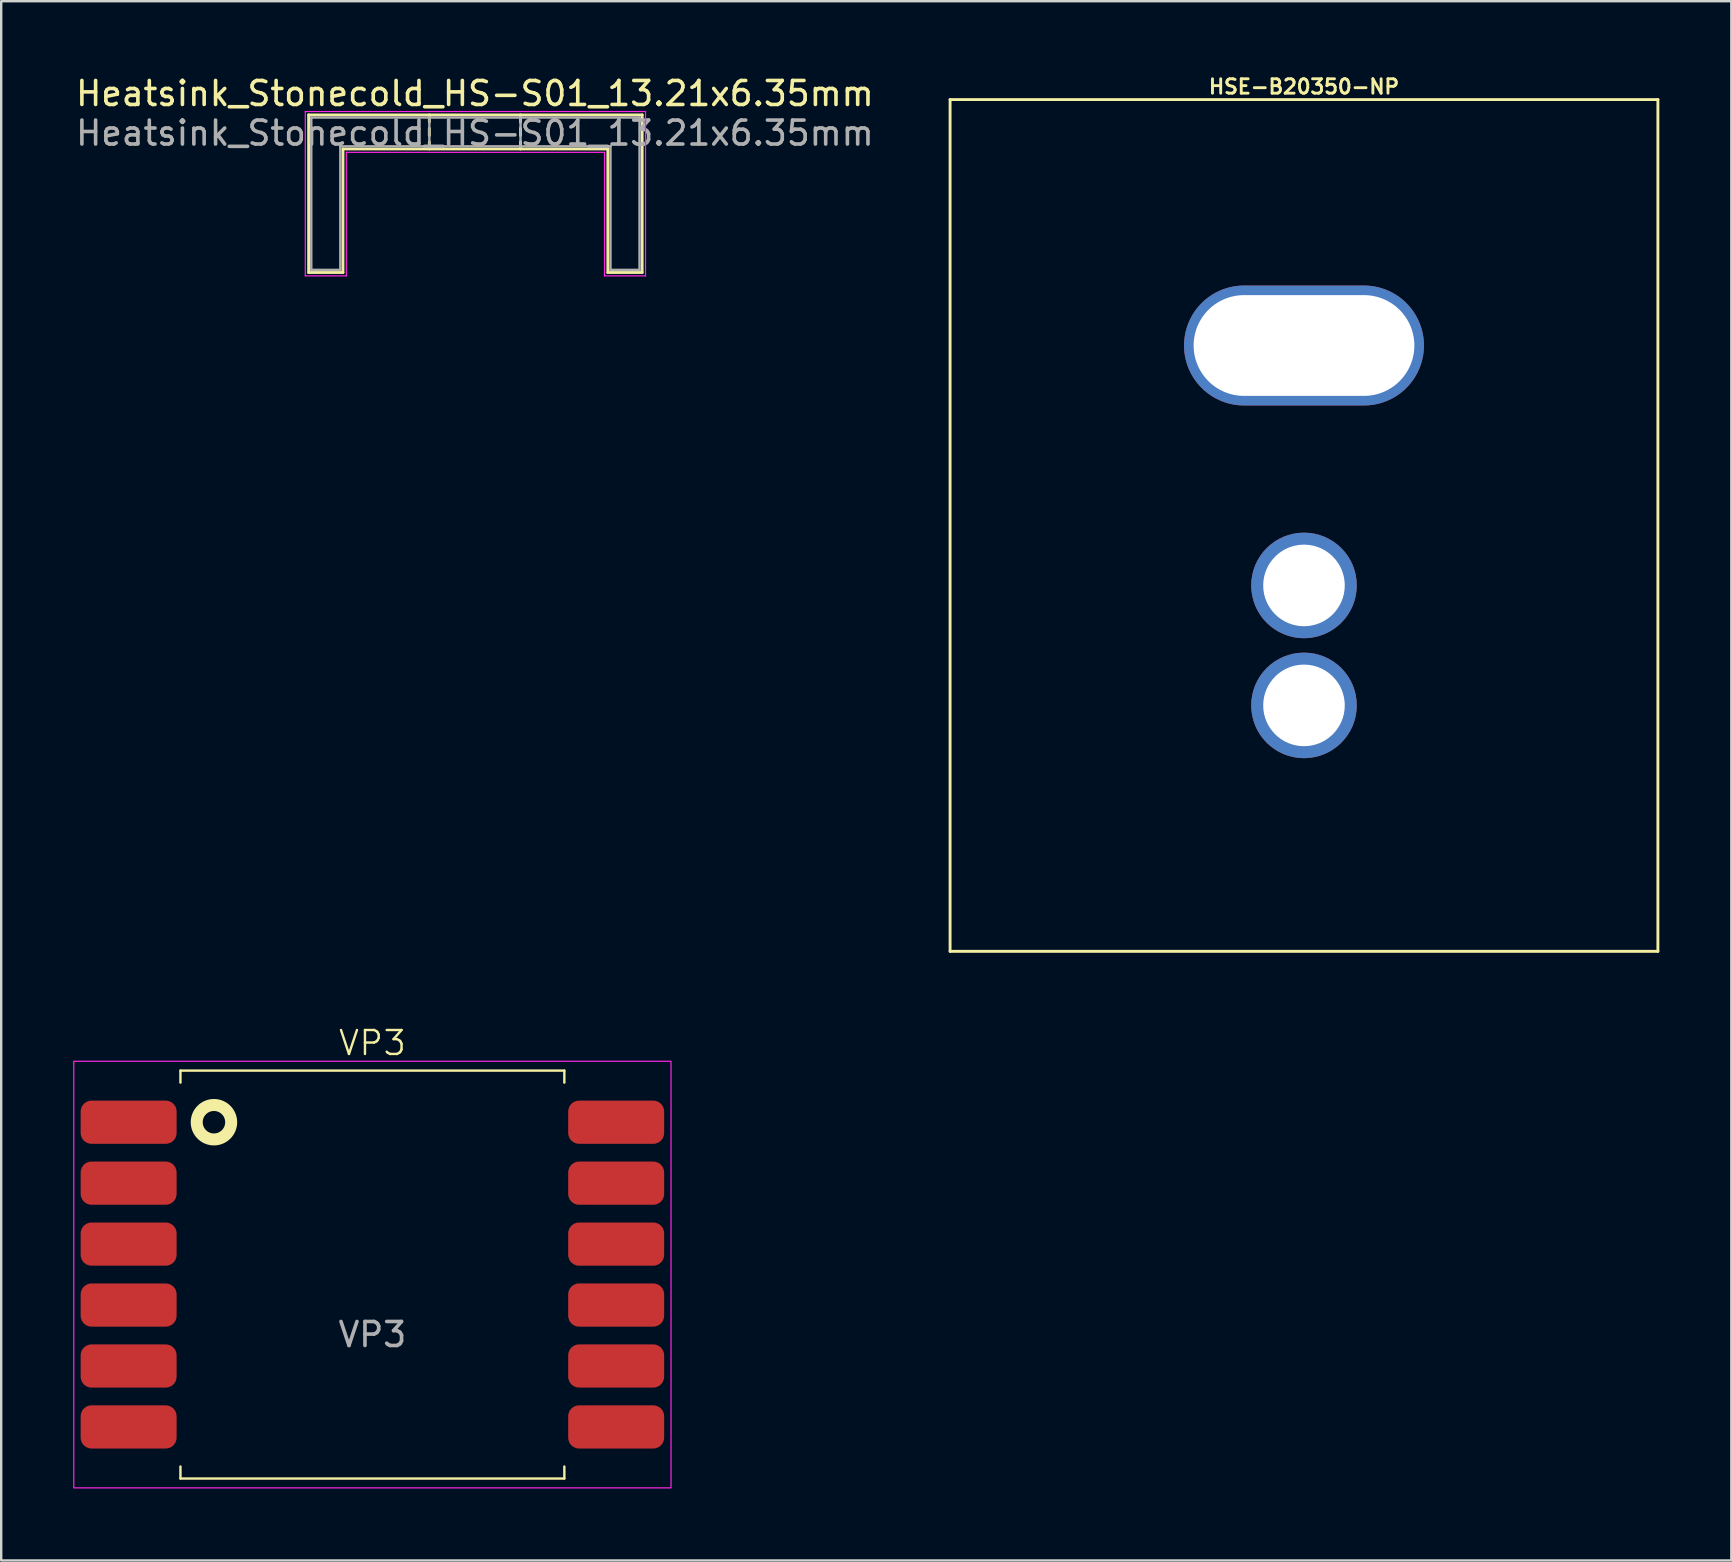
<source format=kicad_pcb>
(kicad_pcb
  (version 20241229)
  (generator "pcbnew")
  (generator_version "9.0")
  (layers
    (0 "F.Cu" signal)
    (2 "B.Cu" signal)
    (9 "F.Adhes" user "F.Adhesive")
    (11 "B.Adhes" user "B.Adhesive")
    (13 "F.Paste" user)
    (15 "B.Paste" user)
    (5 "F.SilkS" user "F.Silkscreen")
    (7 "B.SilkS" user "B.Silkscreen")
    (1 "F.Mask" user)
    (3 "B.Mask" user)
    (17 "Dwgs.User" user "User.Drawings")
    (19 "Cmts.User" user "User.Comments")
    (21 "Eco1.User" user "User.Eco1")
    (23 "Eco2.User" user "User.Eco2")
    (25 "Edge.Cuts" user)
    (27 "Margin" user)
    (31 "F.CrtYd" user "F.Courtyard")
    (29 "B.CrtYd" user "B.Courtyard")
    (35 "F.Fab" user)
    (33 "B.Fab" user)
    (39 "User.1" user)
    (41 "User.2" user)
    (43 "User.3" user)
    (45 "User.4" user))
  (footprint "VP3"
    (layer "F.Cu")
    (at 12.471 50.072)
    (property "Reference" "VP3" (at 0 -9.652 0) (unlocked yes) (layer "F.SilkS") (effects (font (size 1 1) (thickness 0.1))))
    (attr smd)
    (fp_line (start -8 -8.5) (end 8 -8.5) (stroke (width 0.1) (type default)) (layer "F.SilkS"))
    (fp_line (start -8 -8) (end -8 -8.5) (stroke (width 0.1) (type default)) (layer "F.SilkS"))
    (fp_line (start -8 8) (end -8 8.5) (stroke (width 0.1) (type default)) (layer "F.SilkS"))
    (fp_line (start -8 8.5) (end 8 8.5) (stroke (width 0.1) (type default)) (layer "F.SilkS"))
    (fp_line (start 8 -8.5) (end 8 -8) (stroke (width 0.1) (type default)) (layer "F.SilkS"))
    (fp_line (start 8 8.5) (end 8 8) (stroke (width 0.1) (type default)) (layer "F.SilkS"))
    (fp_circle (center -6.604 -6.35) (end -5.886 -6.35) (stroke (width 0.5) (type default)) (fill no) (layer "F.SilkS"))
    (fp_rect (start -12.446 -8.89) (end 12.446 8.89) (stroke (width 0.05) (type default)) (fill no) (layer "F.CrtYd"))
    (fp_text user "${REFERENCE}" (at 0 2.5 0) (unlocked yes) (layer "F.Fab") (effects (font (size 1 1) (thickness 0.15))))
    (pad "1" smd roundrect (at -10.16 -6.35) (size 4 1.8) (layers "F.Cu" "F.Mask" "F.Paste") (roundrect_rratio 0.25))
    (pad "2" smd roundrect (at -10.16 -3.81) (size 4 1.8) (layers "F.Cu" "F.Mask" "F.Paste") (roundrect_rratio 0.25))
    (pad "3" smd roundrect (at -10.16 -1.27) (size 4 1.8) (layers "F.Cu" "F.Mask" "F.Paste") (roundrect_rratio 0.25))
    (pad "4" smd roundrect (at -10.16 1.27) (size 4 1.8) (layers "F.Cu" "F.Mask" "F.Paste") (roundrect_rratio 0.25))
    (pad "5" smd roundrect (at -10.16 3.81) (size 4 1.8) (layers "F.Cu" "F.Mask" "F.Paste") (roundrect_rratio 0.25))
    (pad "6" smd roundrect (at -10.16 6.35) (size 4 1.8) (layers "F.Cu" "F.Mask" "F.Paste") (roundrect_rratio 0.25))
    (pad "7" smd roundrect (at 10.16 6.35) (size 4 1.8) (layers "F.Cu" "F.Mask" "F.Paste") (roundrect_rratio 0.25))
    (pad "8" smd roundrect (at 10.16 3.81) (size 4 1.8) (layers "F.Cu" "F.Mask" "F.Paste") (roundrect_rratio 0.25))
    (pad "9" smd roundrect (at 10.16 1.27) (size 4 1.8) (layers "F.Cu" "F.Mask" "F.Paste") (roundrect_rratio 0.25))
    (pad "10" smd roundrect (at 10.16 -1.27) (size 4 1.8) (layers "F.Cu" "F.Mask" "F.Paste") (roundrect_rratio 0.25))
    (pad "11" smd roundrect (at 10.16 -3.81) (size 4 1.8) (layers "F.Cu" "F.Mask" "F.Paste") (roundrect_rratio 0.25))
    (pad "12" smd roundrect (at 10.16 -6.35) (size 4 1.8) (layers "F.Cu" "F.Mask" "F.Paste") (roundrect_rratio 0.25)))
  (footprint "HSE-B20350-NP"
    (layer "F.Cu")
    (at 51.298 18.85)
    (property "Reference" "HSE-B20350-NP" (at 0 -18.288 0) (layer "F.SilkS") (effects (font (size 0.6 0.6) (thickness 0.12))))
    (attr through_hole)
    (fp_line (start -14.75 -17.75) (end -14.75 17.75) (stroke (width 0.12) (type solid)) (layer "F.SilkS"))
    (fp_line (start -14.75 17.75) (end 14.75 17.75) (stroke (width 0.12) (type solid)) (layer "F.SilkS"))
    (fp_line (start 14.75 -17.75) (end -14.75 -17.75) (stroke (width 0.12) (type solid)) (layer "F.SilkS"))
    (fp_line (start 14.75 17.75) (end 14.75 -17.75) (stroke (width 0.12) (type solid)) (layer "F.SilkS"))
    (pad "1" thru_hole oval (at 0 -7.5) (size 10 5) (drill oval 9.2 4.2) (layers "*.Cu" "*.Mask"))
    (pad "1" thru_hole circle (at 0 2.5) (size 4.4 4.4) (drill 3.4) (layers "*.Cu" "*.Mask"))
    (pad "1" thru_hole circle (at 0 7.5) (size 4.4 4.4) (drill 3.4) (layers "*.Cu" "*.Mask")))
  (footprint "Heatsink_Stonecold_HS-S01_13.21x6.35mm"
    (layer "F.Cu")
    (at 16.744 1.848)
    (property "Reference" "Heatsink_Stonecold_HS-S01_13.21x6.35mm" (at 0 -1 0) (layer "F.SilkS") (effects (font (size 1 1) (thickness 0.15))))
    (fp_line (start -6.93 -0.11) (end -6.93 6.46) (stroke (width 0.12) (type solid)) (layer "F.SilkS"))
    (fp_line (start -6.93 -0.11) (end 6.97 -0.11) (stroke (width 0.12) (type solid)) (layer "F.SilkS"))
    (fp_line (start -6.93 6.46) (end -5.5 6.46) (stroke (width 0.12) (type solid)) (layer "F.SilkS"))
    (fp_line (start -5.5 1.31) (end 5.54 1.31) (stroke (width 0.12) (type solid)) (layer "F.SilkS"))
    (fp_line (start -5.5 6.46) (end -5.5 1.31) (stroke (width 0.12) (type solid)) (layer "F.SilkS"))
    (fp_line (start -1.9 -0.11) (end -1.9 0.19) (stroke (width 0.12) (type solid)) (layer "F.SilkS"))
    (fp_line (start -1.9 0.45) (end -1.9 0.75) (stroke (width 0.12) (type solid)) (layer "F.SilkS"))
    (fp_line (start -1.9 1.01) (end -1.9 1.31) (stroke (width 0.12) (type solid)) (layer "F.SilkS"))
    (fp_line (start 1.9 -0.11) (end 1.9 0.19) (stroke (width 0.12) (type solid)) (layer "F.SilkS"))
    (fp_line (start 1.9 0.45) (end 1.9 0.75) (stroke (width 0.12) (type solid)) (layer "F.SilkS"))
    (fp_line (start 1.9 1.01) (end 1.9 1.31) (stroke (width 0.12) (type solid)) (layer "F.SilkS"))
    (fp_line (start 5.54 1.31) (end 5.54 6.46) (stroke (width 0.12) (type solid)) (layer "F.SilkS"))
    (fp_line (start 5.54 6.46) (end 6.97 6.46) (stroke (width 0.12) (type solid)) (layer "F.SilkS"))
    (fp_line (start 6.97 -0.11) (end 6.97 6.46) (stroke (width 0.12) (type solid)) (layer "F.SilkS"))
    (fp_line (start -7.07 -0.25) (end -7.07 6.6) (stroke (width 0.05) (type solid)) (layer "F.CrtYd"))
    (fp_line (start -7.07 -0.25) (end 7.11 -0.25) (stroke (width 0.05) (type solid)) (layer "F.CrtYd"))
    (fp_line (start -7.07 6.6) (end -5.36 6.6) (stroke (width 0.05) (type solid)) (layer "F.CrtYd"))
    (fp_line (start -5.36 1.45) (end -5.36 6.6) (stroke (width 0.05) (type solid)) (layer "F.CrtYd"))
    (fp_line (start -5.36 1.45) (end 5.4 1.45) (stroke (width 0.05) (type solid)) (layer "F.CrtYd"))
    (fp_line (start 5.4 1.45) (end 5.4 6.6) (stroke (width 0.05) (type solid)) (layer "F.CrtYd"))
    (fp_line (start 5.4 6.6) (end 7.11 6.6) (stroke (width 0.05) (type solid)) (layer "F.CrtYd"))
    (fp_line (start 7.11 -0.25) (end 7.11 6.6) (stroke (width 0.05) (type solid)) (layer "F.CrtYd"))
    (fp_line (start -6.82 0) (end -6.82 6.35) (stroke (width 0.1) (type solid)) (layer "F.Fab"))
    (fp_line (start -6.82 0) (end 6.86 0) (stroke (width 0.1) (type solid)) (layer "F.Fab"))
    (fp_line (start -6.82 6.35) (end -5.61 6.35) (stroke (width 0.1) (type solid)) (layer "F.Fab"))
    (fp_line (start -5.61 1.2) (end -5.61 6.35) (stroke (width 0.1) (type solid)) (layer "F.Fab"))
    (fp_line (start -5.61 1.2) (end 5.65 1.2) (stroke (width 0.1) (type solid)) (layer "F.Fab"))
    (fp_line (start -1.9 1.2) (end -1.9 0) (stroke (width 0.1) (type solid)) (layer "F.Fab"))
    (fp_line (start 1.9 1.2) (end 1.9 0) (stroke (width 0.1) (type solid)) (layer "F.Fab"))
    (fp_line (start 5.65 1.2) (end 5.65 6.35) (stroke (width 0.1) (type solid)) (layer "F.Fab"))
    (fp_line (start 5.65 6.35) (end 6.86 6.35) (stroke (width 0.1) (type solid)) (layer "F.Fab"))
    (fp_line (start 6.86 0) (end 6.86 6.35) (stroke (width 0.1) (type solid)) (layer "F.Fab"))
    (fp_text user "${REFERENCE}" (at 0 0.65 0) (layer "F.Fab") (effects (font (size 1 1) (thickness 0.15)))))
  (gr_rect
    (start -3 -3)
    (end 69.108 61.987)
    (stroke (width 0.1) (type default))
    (fill no)
    (layer "Edge.Cuts")))
</source>
